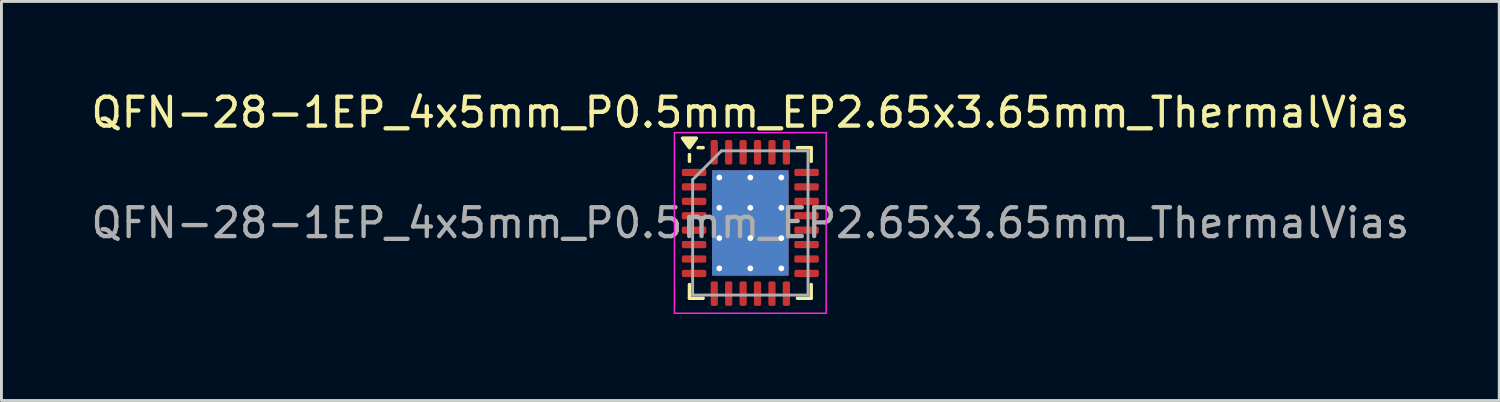
<source format=kicad_pcb>
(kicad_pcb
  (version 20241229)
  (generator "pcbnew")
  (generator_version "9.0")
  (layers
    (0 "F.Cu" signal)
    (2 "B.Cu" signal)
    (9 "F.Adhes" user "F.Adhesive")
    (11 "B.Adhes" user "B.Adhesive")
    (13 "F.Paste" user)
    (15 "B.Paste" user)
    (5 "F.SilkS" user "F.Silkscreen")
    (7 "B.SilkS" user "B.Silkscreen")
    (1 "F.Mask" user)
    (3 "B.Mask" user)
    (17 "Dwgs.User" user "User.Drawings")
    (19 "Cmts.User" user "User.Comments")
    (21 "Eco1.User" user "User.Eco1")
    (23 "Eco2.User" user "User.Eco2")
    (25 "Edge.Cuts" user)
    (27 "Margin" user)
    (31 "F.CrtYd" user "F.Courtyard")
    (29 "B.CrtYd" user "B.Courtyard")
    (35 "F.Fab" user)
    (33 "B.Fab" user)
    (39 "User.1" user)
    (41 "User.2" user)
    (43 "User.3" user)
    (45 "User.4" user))
  (footprint "QFN-28-1EP_4x5mm_P0.5mm_EP2.65x3.65mm_ThermalVias"
    (layer "F.Cu")
    (at 22.958 4.678)
    (property "Reference" "QFN-28-1EP_4x5mm_P0.5mm_EP2.65x3.65mm_ThermalVias" (at 0 -3.83 0) (layer "F.SilkS") (effects (font (size 1 1) (thickness 0.15))))
    (attr smd)
    (fp_line (start -2.11 -2.135) (end -2.11 -2.37) (stroke (width 0.12) (type solid)) (layer "F.SilkS"))
    (fp_line (start -2.11 2.61) (end -2.11 2.135) (stroke (width 0.12) (type solid)) (layer "F.SilkS"))
    (fp_line (start -1.635 -2.61) (end -1.81 -2.61) (stroke (width 0.12) (type solid)) (layer "F.SilkS"))
    (fp_line (start -1.635 2.61) (end -2.11 2.61) (stroke (width 0.12) (type solid)) (layer "F.SilkS"))
    (fp_line (start 1.635 -2.61) (end 2.11 -2.61) (stroke (width 0.12) (type solid)) (layer "F.SilkS"))
    (fp_line (start 1.635 2.61) (end 2.11 2.61) (stroke (width 0.12) (type solid)) (layer "F.SilkS"))
    (fp_line (start 2.11 -2.61) (end 2.11 -2.135) (stroke (width 0.12) (type solid)) (layer "F.SilkS"))
    (fp_line (start 2.11 2.61) (end 2.11 2.135) (stroke (width 0.12) (type solid)) (layer "F.SilkS"))
    (fp_poly (pts (xy -2.11 -2.61) (xy -2.35 -2.94) (xy -1.87 -2.94) (xy -2.11 -2.61)) (stroke (width 0.12) (type solid)) (fill yes) (layer "F.SilkS"))
    (fp_line (start -2.63 -3.13) (end -2.63 3.13) (stroke (width 0.05) (type solid)) (layer "F.CrtYd"))
    (fp_line (start -2.63 3.13) (end 2.63 3.13) (stroke (width 0.05) (type solid)) (layer "F.CrtYd"))
    (fp_line (start 2.63 -3.13) (end -2.63 -3.13) (stroke (width 0.05) (type solid)) (layer "F.CrtYd"))
    (fp_line (start 2.63 3.13) (end 2.63 -3.13) (stroke (width 0.05) (type solid)) (layer "F.CrtYd"))
    (fp_line (start -2 -1.5) (end -1 -2.5) (stroke (width 0.1) (type solid)) (layer "F.Fab"))
    (fp_line (start -2 2.5) (end -2 -1.5) (stroke (width 0.1) (type solid)) (layer "F.Fab"))
    (fp_line (start -1 -2.5) (end 2 -2.5) (stroke (width 0.1) (type solid)) (layer "F.Fab"))
    (fp_line (start 2 -2.5) (end 2 2.5) (stroke (width 0.1) (type solid)) (layer "F.Fab"))
    (fp_line (start 2 2.5) (end -2 2.5) (stroke (width 0.1) (type solid)) (layer "F.Fab"))
    (fp_text user "${REFERENCE}" (at 0 0 0) (layer "F.Fab") (effects (font (size 1 1) (thickness 0.15))))
    (pad "" smd roundrect (at -0.66 -1.22) (size 1.07 0.98) (layers "F.Paste") (roundrect_rratio 0.25))
    (pad "" smd roundrect (at -0.66 0) (size 1.07 0.98) (layers "F.Paste") (roundrect_rratio 0.25))
    (pad "" smd roundrect (at -0.66 1.22) (size 1.07 0.98) (layers "F.Paste") (roundrect_rratio 0.25))
    (pad "" smd roundrect (at 0.66 -1.22) (size 1.07 0.98) (layers "F.Paste") (roundrect_rratio 0.25))
    (pad "" smd roundrect (at 0.66 0) (size 1.07 0.98) (layers "F.Paste") (roundrect_rratio 0.25))
    (pad "" smd roundrect (at 0.66 1.22) (size 1.07 0.98) (layers "F.Paste") (roundrect_rratio 0.25))
    (pad "1" smd roundrect (at -1.95 -1.75) (size 0.85 0.25) (layers "F.Cu" "F.Mask" "F.Paste") (roundrect_rratio 0.25))
    (pad "2" smd roundrect (at -1.95 -1.25) (size 0.85 0.25) (layers "F.Cu" "F.Mask" "F.Paste") (roundrect_rratio 0.25))
    (pad "3" smd roundrect (at -1.95 -0.75) (size 0.85 0.25) (layers "F.Cu" "F.Mask" "F.Paste") (roundrect_rratio 0.25))
    (pad "4" smd roundrect (at -1.95 -0.25) (size 0.85 0.25) (layers "F.Cu" "F.Mask" "F.Paste") (roundrect_rratio 0.25))
    (pad "5" smd roundrect (at -1.95 0.25) (size 0.85 0.25) (layers "F.Cu" "F.Mask" "F.Paste") (roundrect_rratio 0.25))
    (pad "6" smd roundrect (at -1.95 0.75) (size 0.85 0.25) (layers "F.Cu" "F.Mask" "F.Paste") (roundrect_rratio 0.25))
    (pad "7" smd roundrect (at -1.95 1.25) (size 0.85 0.25) (layers "F.Cu" "F.Mask" "F.Paste") (roundrect_rratio 0.25))
    (pad "8" smd roundrect (at -1.95 1.75) (size 0.85 0.25) (layers "F.Cu" "F.Mask" "F.Paste") (roundrect_rratio 0.25))
    (pad "9" smd roundrect (at -1.25 2.45) (size 0.25 0.85) (layers "F.Cu" "F.Mask" "F.Paste") (roundrect_rratio 0.25))
    (pad "10" smd roundrect (at -0.75 2.45) (size 0.25 0.85) (layers "F.Cu" "F.Mask" "F.Paste") (roundrect_rratio 0.25))
    (pad "11" smd roundrect (at -0.25 2.45) (size 0.25 0.85) (layers "F.Cu" "F.Mask" "F.Paste") (roundrect_rratio 0.25))
    (pad "12" smd roundrect (at 0.25 2.45) (size 0.25 0.85) (layers "F.Cu" "F.Mask" "F.Paste") (roundrect_rratio 0.25))
    (pad "13" smd roundrect (at 0.75 2.45) (size 0.25 0.85) (layers "F.Cu" "F.Mask" "F.Paste") (roundrect_rratio 0.25))
    (pad "14" smd roundrect (at 1.25 2.45) (size 0.25 0.85) (layers "F.Cu" "F.Mask" "F.Paste") (roundrect_rratio 0.25))
    (pad "15" smd roundrect (at 1.95 1.75) (size 0.85 0.25) (layers "F.Cu" "F.Mask" "F.Paste") (roundrect_rratio 0.25))
    (pad "16" smd roundrect (at 1.95 1.25) (size 0.85 0.25) (layers "F.Cu" "F.Mask" "F.Paste") (roundrect_rratio 0.25))
    (pad "17" smd roundrect (at 1.95 0.75) (size 0.85 0.25) (layers "F.Cu" "F.Mask" "F.Paste") (roundrect_rratio 0.25))
    (pad "18" smd roundrect (at 1.95 0.25) (size 0.85 0.25) (layers "F.Cu" "F.Mask" "F.Paste") (roundrect_rratio 0.25))
    (pad "19" smd roundrect (at 1.95 -0.25) (size 0.85 0.25) (layers "F.Cu" "F.Mask" "F.Paste") (roundrect_rratio 0.25))
    (pad "20" smd roundrect (at 1.95 -0.75) (size 0.85 0.25) (layers "F.Cu" "F.Mask" "F.Paste") (roundrect_rratio 0.25))
    (pad "21" smd roundrect (at 1.95 -1.25) (size 0.85 0.25) (layers "F.Cu" "F.Mask" "F.Paste") (roundrect_rratio 0.25))
    (pad "22" smd roundrect (at 1.95 -1.75) (size 0.85 0.25) (layers "F.Cu" "F.Mask" "F.Paste") (roundrect_rratio 0.25))
    (pad "23" smd roundrect (at 1.25 -2.45) (size 0.25 0.85) (layers "F.Cu" "F.Mask" "F.Paste") (roundrect_rratio 0.25))
    (pad "24" smd roundrect (at 0.75 -2.45) (size 0.25 0.85) (layers "F.Cu" "F.Mask" "F.Paste") (roundrect_rratio 0.25))
    (pad "25" smd roundrect (at 0.25 -2.45) (size 0.25 0.85) (layers "F.Cu" "F.Mask" "F.Paste") (roundrect_rratio 0.25))
    (pad "26" smd roundrect (at -0.25 -2.45) (size 0.25 0.85) (layers "F.Cu" "F.Mask" "F.Paste") (roundrect_rratio 0.25))
    (pad "27" smd roundrect (at -0.75 -2.45) (size 0.25 0.85) (layers "F.Cu" "F.Mask" "F.Paste") (roundrect_rratio 0.25))
    (pad "28" smd roundrect (at -1.25 -2.45) (size 0.25 0.85) (layers "F.Cu" "F.Mask" "F.Paste") (roundrect_rratio 0.25))
    (pad "29" thru_hole circle (at -1.075 -1.575) (size 0.5 0.5) (drill 0.2) (property pad_prop_heatsink) (layers "*.Cu"))
    (pad "29" thru_hole circle (at -1.075 -0.525) (size 0.5 0.5) (drill 0.2) (property pad_prop_heatsink) (layers "*.Cu"))
    (pad "29" thru_hole circle (at -1.075 0.525) (size 0.5 0.5) (drill 0.2) (property pad_prop_heatsink) (layers "*.Cu"))
    (pad "29" thru_hole circle (at -1.075 1.575) (size 0.5 0.5) (drill 0.2) (property pad_prop_heatsink) (layers "*.Cu"))
    (pad "29" thru_hole circle (at 0 -1.575) (size 0.5 0.5) (drill 0.2) (property pad_prop_heatsink) (layers "*.Cu"))
    (pad "29" thru_hole circle (at 0 -0.525) (size 0.5 0.5) (drill 0.2) (property pad_prop_heatsink) (layers "*.Cu"))
    (pad "29" smd rect (at 0 0) (size 2.65 3.65) (property pad_prop_heatsink) (layers "F.Cu" "F.Mask"))
    (pad "29" smd rect (at 0 0) (size 2.65 3.65) (property pad_prop_heatsink) (layers "B.Cu"))
    (pad "29" thru_hole circle (at 0 0.525) (size 0.5 0.5) (drill 0.2) (property pad_prop_heatsink) (layers "*.Cu"))
    (pad "29" thru_hole circle (at 0 1.575) (size 0.5 0.5) (drill 0.2) (property pad_prop_heatsink) (layers "*.Cu"))
    (pad "29" thru_hole circle (at 1.075 -1.575) (size 0.5 0.5) (drill 0.2) (property pad_prop_heatsink) (layers "*.Cu"))
    (pad "29" thru_hole circle (at 1.075 -0.525) (size 0.5 0.5) (drill 0.2) (property pad_prop_heatsink) (layers "*.Cu"))
    (pad "29" thru_hole circle (at 1.075 0.525) (size 0.5 0.5) (drill 0.2) (property pad_prop_heatsink) (layers "*.Cu"))
    (pad "29" thru_hole circle (at 1.075 1.575) (size 0.5 0.5) (drill 0.2) (property pad_prop_heatsink) (layers "*.Cu")))
  (gr_rect
    (start -3 -3)
    (end 48.917 10.833)
    (stroke (width 0.1) (type default))
    (fill no)
    (layer "Edge.Cuts")))
</source>
